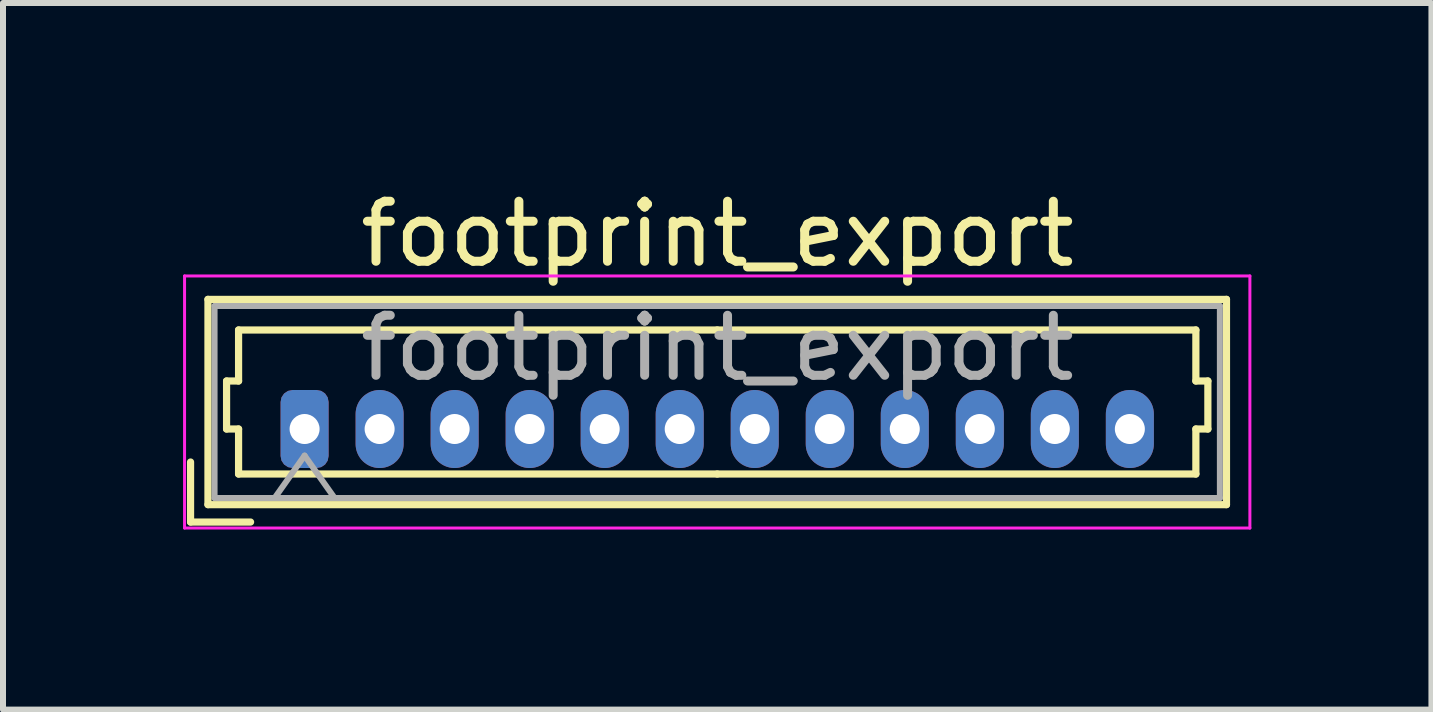
<source format=kicad_pcb>
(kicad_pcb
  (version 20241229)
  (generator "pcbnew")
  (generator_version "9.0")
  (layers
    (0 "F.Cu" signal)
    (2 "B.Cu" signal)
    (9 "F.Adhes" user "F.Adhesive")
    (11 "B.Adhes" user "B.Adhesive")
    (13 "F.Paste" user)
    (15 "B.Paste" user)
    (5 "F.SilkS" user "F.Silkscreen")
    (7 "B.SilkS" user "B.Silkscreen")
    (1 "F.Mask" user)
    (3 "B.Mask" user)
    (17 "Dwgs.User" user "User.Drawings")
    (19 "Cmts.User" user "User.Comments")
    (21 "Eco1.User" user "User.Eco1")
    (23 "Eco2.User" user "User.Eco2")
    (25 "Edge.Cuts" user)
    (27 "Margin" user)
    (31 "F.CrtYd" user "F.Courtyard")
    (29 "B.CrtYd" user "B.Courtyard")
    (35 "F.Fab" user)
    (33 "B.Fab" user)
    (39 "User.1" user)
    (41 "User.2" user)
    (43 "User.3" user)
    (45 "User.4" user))
  (footprint "footprint_export"
    (layer "F.Cu")
    (at 2.025 4.098)
    (property "Reference" "footprint_export" (at 6.88 -3.25 0) (layer "F.SilkS") (effects (font (size 1 1) (thickness 0.15))))
    (attr through_hole)
    (fp_line (start -1.9 1.55) (end -1.9 0.55) (stroke (width 0.12) (type solid)) (layer "F.SilkS"))
    (fp_line (start -1.9 1.55) (end -0.9 1.55) (stroke (width 0.12) (type solid)) (layer "F.SilkS"))
    (fp_line (start -1.61 -2.16) (end -1.61 1.26) (stroke (width 0.12) (type solid)) (layer "F.SilkS"))
    (fp_line (start -1.61 1.26) (end 15.36 1.26) (stroke (width 0.12) (type solid)) (layer "F.SilkS"))
    (fp_line (start -1.3 -0.8) (end -1.1 -0.8) (stroke (width 0.12) (type solid)) (layer "F.SilkS"))
    (fp_line (start -1.3 0) (end -1.3 -0.8) (stroke (width 0.12) (type solid)) (layer "F.SilkS"))
    (fp_line (start -1.1 -1.65) (end 6.875 -1.65) (stroke (width 0.12) (type solid)) (layer "F.SilkS"))
    (fp_line (start -1.1 -0.8) (end -1.1 -1.65) (stroke (width 0.12) (type solid)) (layer "F.SilkS"))
    (fp_line (start -1.1 0) (end -1.3 0) (stroke (width 0.12) (type solid)) (layer "F.SilkS"))
    (fp_line (start -1.1 0.75) (end -1.1 0) (stroke (width 0.12) (type solid)) (layer "F.SilkS"))
    (fp_line (start 6.875 0.75) (end -1.1 0.75) (stroke (width 0.12) (type solid)) (layer "F.SilkS"))
    (fp_line (start 6.875 0.75) (end 14.85 0.75) (stroke (width 0.12) (type solid)) (layer "F.SilkS"))
    (fp_line (start 14.85 -1.65) (end 6.875 -1.65) (stroke (width 0.12) (type solid)) (layer "F.SilkS"))
    (fp_line (start 14.85 -0.8) (end 14.85 -1.65) (stroke (width 0.12) (type solid)) (layer "F.SilkS"))
    (fp_line (start 14.85 0) (end 15.05 0) (stroke (width 0.12) (type solid)) (layer "F.SilkS"))
    (fp_line (start 14.85 0.75) (end 14.85 0) (stroke (width 0.12) (type solid)) (layer "F.SilkS"))
    (fp_line (start 15.05 -0.8) (end 14.85 -0.8) (stroke (width 0.12) (type solid)) (layer "F.SilkS"))
    (fp_line (start 15.05 0) (end 15.05 -0.8) (stroke (width 0.12) (type solid)) (layer "F.SilkS"))
    (fp_line (start 15.36 -2.16) (end -1.61 -2.16) (stroke (width 0.12) (type solid)) (layer "F.SilkS"))
    (fp_line (start 15.36 1.26) (end 15.36 -2.16) (stroke (width 0.12) (type solid)) (layer "F.SilkS"))
    (fp_line (start -2 -2.55) (end -2 1.65) (stroke (width 0.05) (type solid)) (layer "F.CrtYd"))
    (fp_line (start -2 1.65) (end 15.75 1.65) (stroke (width 0.05) (type solid)) (layer "F.CrtYd"))
    (fp_line (start 15.75 -2.55) (end -2 -2.55) (stroke (width 0.05) (type solid)) (layer "F.CrtYd"))
    (fp_line (start 15.75 1.65) (end 15.75 -2.55) (stroke (width 0.05) (type solid)) (layer "F.CrtYd"))
    (fp_line (start -1.5 -2.05) (end -1.5 1.15) (stroke (width 0.1) (type solid)) (layer "F.Fab"))
    (fp_line (start -1.5 1.15) (end 15.25 1.15) (stroke (width 0.1) (type solid)) (layer "F.Fab"))
    (fp_line (start -0.5 1.15) (end 0 0.443) (stroke (width 0.1) (type solid)) (layer "F.Fab"))
    (fp_line (start 0 0.443) (end 0.5 1.15) (stroke (width 0.1) (type solid)) (layer "F.Fab"))
    (fp_line (start 15.25 -2.05) (end -1.5 -2.05) (stroke (width 0.1) (type solid)) (layer "F.Fab"))
    (fp_line (start 15.25 1.15) (end 15.25 -2.05) (stroke (width 0.1) (type solid)) (layer "F.Fab"))
    (fp_text user "${REFERENCE}" (at 6.88 -1.35 0) (layer "F.Fab") (effects (font (size 1 1) (thickness 0.15))))
    (pad "1" thru_hole roundrect (at 0 0) (size 0.8 1.3) (drill 0.5) (layers "*.Cu" "*.Mask") (roundrect_rratio 0.25))
    (pad "2" thru_hole oval (at 1.25 0) (size 0.8 1.3) (drill 0.5) (layers "*.Cu" "*.Mask"))
    (pad "3" thru_hole oval (at 2.5 0) (size 0.8 1.3) (drill 0.5) (layers "*.Cu" "*.Mask"))
    (pad "4" thru_hole oval (at 3.75 0) (size 0.8 1.3) (drill 0.5) (layers "*.Cu" "*.Mask"))
    (pad "5" thru_hole oval (at 5 0) (size 0.8 1.3) (drill 0.5) (layers "*.Cu" "*.Mask"))
    (pad "6" thru_hole oval (at 6.25 0) (size 0.8 1.3) (drill 0.5) (layers "*.Cu" "*.Mask"))
    (pad "7" thru_hole oval (at 7.5 0) (size 0.8 1.3) (drill 0.5) (layers "*.Cu" "*.Mask"))
    (pad "8" thru_hole oval (at 8.75 0) (size 0.8 1.3) (drill 0.5) (layers "*.Cu" "*.Mask"))
    (pad "9" thru_hole oval (at 10 0) (size 0.8 1.3) (drill 0.5) (layers "*.Cu" "*.Mask"))
    (pad "10" thru_hole oval (at 11.25 0) (size 0.8 1.3) (drill 0.5) (layers "*.Cu" "*.Mask"))
    (pad "11" thru_hole oval (at 12.5 0) (size 0.8 1.3) (drill 0.5) (layers "*.Cu" "*.Mask"))
    (pad "12" thru_hole oval (at 13.75 0) (size 0.8 1.3) (drill 0.5) (layers "*.Cu" "*.Mask")))
  (gr_rect
    (start -3 -3)
    (end 20.8 8.773)
    (stroke (width 0.1) (type default))
    (fill no)
    (layer "Edge.Cuts")))
</source>
